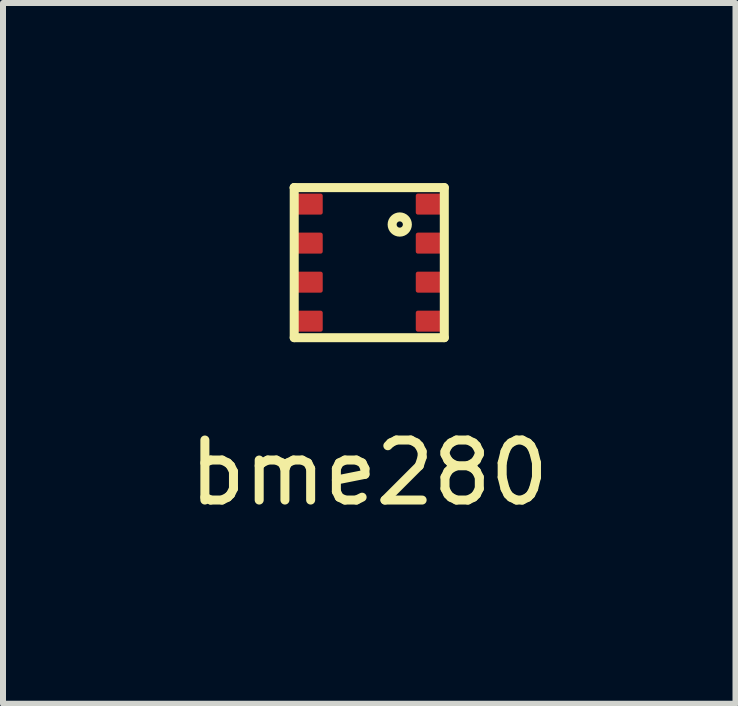
<source format=kicad_pcb>
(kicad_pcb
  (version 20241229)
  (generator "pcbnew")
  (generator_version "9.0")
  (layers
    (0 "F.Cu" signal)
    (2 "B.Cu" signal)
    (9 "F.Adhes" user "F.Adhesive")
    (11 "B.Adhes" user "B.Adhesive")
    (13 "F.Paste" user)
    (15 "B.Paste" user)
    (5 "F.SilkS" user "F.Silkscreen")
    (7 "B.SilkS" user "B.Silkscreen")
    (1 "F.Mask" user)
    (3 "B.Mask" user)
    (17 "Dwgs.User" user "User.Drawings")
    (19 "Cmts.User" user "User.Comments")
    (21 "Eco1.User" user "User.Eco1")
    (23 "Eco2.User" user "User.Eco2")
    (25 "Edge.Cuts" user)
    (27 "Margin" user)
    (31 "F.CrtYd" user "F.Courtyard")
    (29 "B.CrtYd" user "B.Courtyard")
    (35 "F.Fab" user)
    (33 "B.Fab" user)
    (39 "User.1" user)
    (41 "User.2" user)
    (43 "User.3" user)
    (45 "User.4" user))
  (footprint "bme280"
    (layer "F.Cu")
    (at 3.101 1.325)
    (property "Reference" "bme280" (at 0 3.5 0) (layer "F.SilkS") (effects (font (size 1 1) (thickness 0.15))))
    (attr through_hole)
    (fp_line (start -1.25 -1.25) (end -1.25 -1.25) (stroke (width 0.15) (type solid)) (layer "F.SilkS"))
    (fp_line (start -1.25 -1.25) (end 1.25 -1.25) (stroke (width 0.15) (type solid)) (layer "F.SilkS"))
    (fp_line (start -1.25 1.25) (end -1.25 -1.25) (stroke (width 0.15) (type solid)) (layer "F.SilkS"))
    (fp_line (start 1.25 -1.25) (end 1.25 1.25) (stroke (width 0.15) (type solid)) (layer "F.SilkS"))
    (fp_line (start 1.25 1.25) (end -1.25 1.25) (stroke (width 0.15) (type solid)) (layer "F.SilkS"))
    (fp_circle (center 0.508 -0.635) (end 0.508 -0.508) (stroke (width 0.15) (type solid)) (fill no) (layer "F.SilkS"))
    (pad "1" smd roundrect (at 1.025 -0.975) (size 0.5 0.35) (layers "F.Cu" "F.Mask" "F.Paste") (roundrect_rratio 0.1))
    (pad "2" smd roundrect (at 1.025 -0.325) (size 0.5 0.35) (layers "F.Cu" "F.Mask" "F.Paste") (roundrect_rratio 0.1))
    (pad "3" smd roundrect (at 1.025 0.325) (size 0.5 0.35) (layers "F.Cu" "F.Mask" "F.Paste") (roundrect_rratio 0.1))
    (pad "4" smd roundrect (at 1.025 0.975) (size 0.5 0.35) (layers "F.Cu" "F.Mask" "F.Paste") (roundrect_rratio 0.1))
    (pad "5" smd roundrect (at -1.025 0.975 180) (size 0.5 0.35) (layers "F.Cu" "F.Mask" "F.Paste") (roundrect_rratio 0.1))
    (pad "6" smd roundrect (at -1.025 0.325 180) (size 0.5 0.35) (layers "F.Cu" "F.Mask" "F.Paste") (roundrect_rratio 0.1))
    (pad "7" smd roundrect (at -1.025 -0.325 180) (size 0.5 0.35) (layers "F.Cu" "F.Mask" "F.Paste") (roundrect_rratio 0.1))
    (pad "8" smd roundrect (at -1.025 -0.975 180) (size 0.5 0.35) (layers "F.Cu" "F.Mask" "F.Paste") (roundrect_rratio 0.1)))
  (gr_rect
    (start -3 -3)
    (end 9.202 8.673)
    (stroke (width 0.1) (type default))
    (fill no)
    (layer "Edge.Cuts")))
</source>
